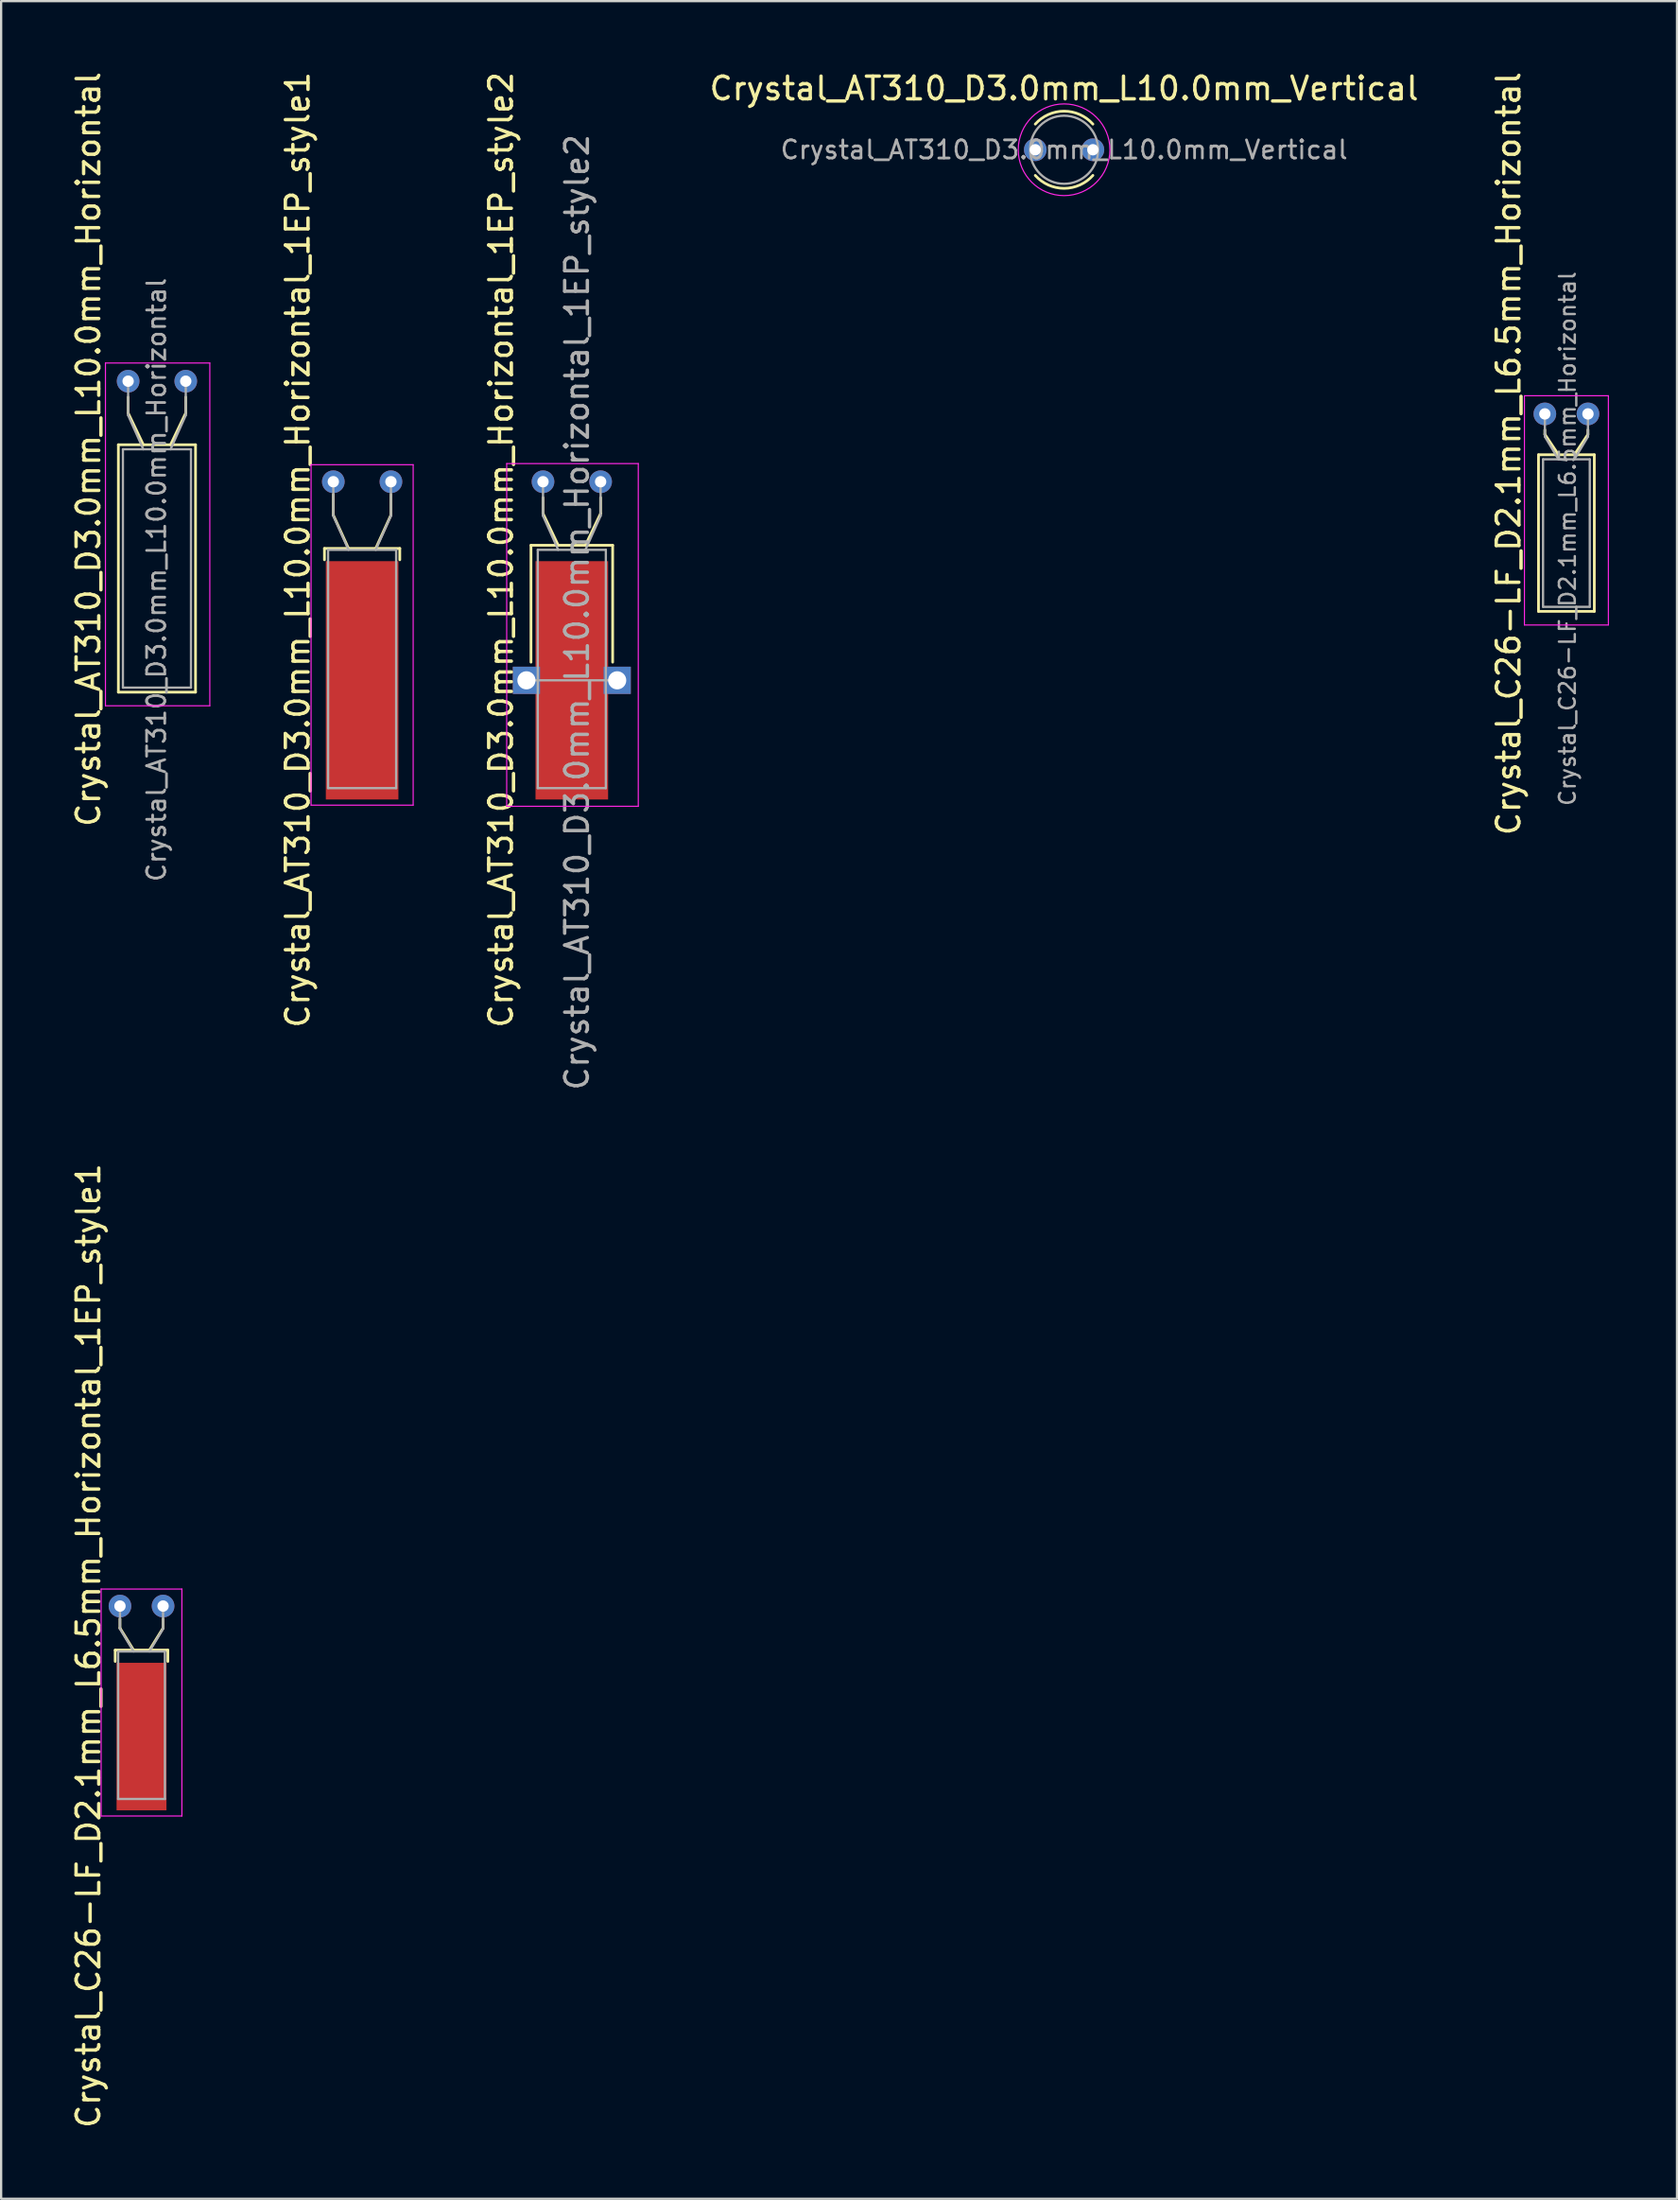
<source format=kicad_pcb>
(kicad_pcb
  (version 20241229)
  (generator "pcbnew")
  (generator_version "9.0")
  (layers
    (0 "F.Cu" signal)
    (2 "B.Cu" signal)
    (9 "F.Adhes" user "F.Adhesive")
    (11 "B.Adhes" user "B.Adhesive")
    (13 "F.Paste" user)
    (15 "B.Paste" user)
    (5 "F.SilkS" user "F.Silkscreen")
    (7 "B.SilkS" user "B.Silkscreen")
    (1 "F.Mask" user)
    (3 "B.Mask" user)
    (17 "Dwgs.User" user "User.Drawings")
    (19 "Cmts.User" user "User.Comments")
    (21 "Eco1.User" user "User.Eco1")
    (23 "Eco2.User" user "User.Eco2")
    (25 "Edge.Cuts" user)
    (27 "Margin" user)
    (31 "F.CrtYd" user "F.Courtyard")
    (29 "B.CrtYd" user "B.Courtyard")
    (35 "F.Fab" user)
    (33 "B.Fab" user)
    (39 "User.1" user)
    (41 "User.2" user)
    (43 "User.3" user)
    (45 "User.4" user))
  (footprint "Crystal_C26-LF_D2.1mm_L6.5mm_Horizontal_1EP_style1"
    (layer "F.Cu")
    (at 2.238 67.708)
    (property "Reference" "Crystal_C26-LF_D2.1mm_L6.5mm_Horizontal_1EP_style1" (at -1.39 1.75 90) (layer "F.SilkS") (effects (font (size 1 1) (thickness 0.15))))
    (attr through_hole)
    (fp_line (start -0.21 1.94) (end 2.11 1.94) (stroke (width 0.12) (type solid)) (layer "F.SilkS"))
    (fp_line (start -0.21 2.44) (end -0.21 1.94) (stroke (width 0.12) (type solid)) (layer "F.SilkS"))
    (fp_line (start 0 0.97) (end 0 0.56) (stroke (width 0.12) (type solid)) (layer "F.SilkS"))
    (fp_line (start 0.6 1.94) (end 0 0.97) (stroke (width 0.12) (type solid)) (layer "F.SilkS"))
    (fp_line (start 1.3 1.94) (end 1.9 0.97) (stroke (width 0.12) (type solid)) (layer "F.SilkS"))
    (fp_line (start 1.9 0.97) (end 1.9 0.56) (stroke (width 0.12) (type solid)) (layer "F.SilkS"))
    (fp_line (start 2.11 1.94) (end 2.11 2.44) (stroke (width 0.12) (type solid)) (layer "F.SilkS"))
    (fp_line (start -0.83 -0.75) (end -0.83 9.25) (stroke (width 0.05) (type solid)) (layer "F.CrtYd"))
    (fp_line (start -0.83 9.25) (end 2.73 9.25) (stroke (width 0.05) (type solid)) (layer "F.CrtYd"))
    (fp_line (start 2.73 -0.75) (end -0.83 -0.75) (stroke (width 0.05) (type solid)) (layer "F.CrtYd"))
    (fp_line (start 2.73 9.25) (end 2.73 -0.75) (stroke (width 0.05) (type solid)) (layer "F.CrtYd"))
    (fp_line (start -0.08 2) (end -0.08 8.5) (stroke (width 0.1) (type solid)) (layer "F.Fab"))
    (fp_line (start -0.08 8.5) (end 1.98 8.5) (stroke (width 0.1) (type solid)) (layer "F.Fab"))
    (fp_line (start 0 1) (end 0 0) (stroke (width 0.1) (type solid)) (layer "F.Fab"))
    (fp_line (start 0.6 2) (end 0 1) (stroke (width 0.1) (type solid)) (layer "F.Fab"))
    (fp_line (start 1.3 2) (end 1.9 1) (stroke (width 0.1) (type solid)) (layer "F.Fab"))
    (fp_line (start 1.9 1) (end 1.9 0) (stroke (width 0.1) (type solid)) (layer "F.Fab"))
    (fp_line (start 1.98 2) (end -0.08 2) (stroke (width 0.1) (type solid)) (layer "F.Fab"))
    (fp_line (start 1.98 8.5) (end 1.98 2) (stroke (width 0.1) (type solid)) (layer "F.Fab"))
    (pad "1" thru_hole circle (at 0 0) (size 1 1) (drill 0.5) (layers "*.Cu" "*.Mask"))
    (pad "2" thru_hole circle (at 1.9 0) (size 1 1) (drill 0.5) (layers "*.Cu" "*.Mask"))
    (pad "3" smd rect (at 0.95 5.75) (size 2.2 6.5) (layers "F.Cu" "F.Mask")))
  (footprint "Crystal_AT310_D3.0mm_L10.0mm_Horizontal_1EP_style1"
    (layer "F.Cu")
    (at 11.642 18.173)
    (property "Reference" "Crystal_AT310_D3.0mm_L10.0mm_Horizontal_1EP_style1" (at -1.57 3 90) (layer "F.SilkS") (effects (font (size 1 1) (thickness 0.15))))
    (attr through_hole)
    (fp_line (start -0.39 2.94) (end 2.93 2.94) (stroke (width 0.12) (type solid)) (layer "F.SilkS"))
    (fp_line (start -0.39 3.44) (end -0.39 2.94) (stroke (width 0.12) (type solid)) (layer "F.SilkS"))
    (fp_line (start 0 1.47) (end 0 0.56) (stroke (width 0.12) (type solid)) (layer "F.SilkS"))
    (fp_line (start 0.67 2.94) (end 0 1.47) (stroke (width 0.12) (type solid)) (layer "F.SilkS"))
    (fp_line (start 1.87 2.94) (end 2.54 1.47) (stroke (width 0.12) (type solid)) (layer "F.SilkS"))
    (fp_line (start 2.54 1.47) (end 2.54 0.56) (stroke (width 0.12) (type solid)) (layer "F.SilkS"))
    (fp_line (start 2.93 2.94) (end 2.93 3.44) (stroke (width 0.12) (type solid)) (layer "F.SilkS"))
    (fp_line (start -0.98 -0.75) (end -0.98 14.25) (stroke (width 0.05) (type solid)) (layer "F.CrtYd"))
    (fp_line (start -0.98 14.25) (end 3.52 14.25) (stroke (width 0.05) (type solid)) (layer "F.CrtYd"))
    (fp_line (start 3.52 -0.75) (end -0.98 -0.75) (stroke (width 0.05) (type solid)) (layer "F.CrtYd"))
    (fp_line (start 3.52 14.25) (end 3.52 -0.75) (stroke (width 0.05) (type solid)) (layer "F.CrtYd"))
    (fp_line (start -0.23 3) (end -0.23 13.5) (stroke (width 0.1) (type solid)) (layer "F.Fab"))
    (fp_line (start -0.23 13.5) (end 2.77 13.5) (stroke (width 0.1) (type solid)) (layer "F.Fab"))
    (fp_line (start 0 1.5) (end 0 0) (stroke (width 0.1) (type solid)) (layer "F.Fab"))
    (fp_line (start 0.67 3) (end 0 1.5) (stroke (width 0.1) (type solid)) (layer "F.Fab"))
    (fp_line (start 1.87 3) (end 2.54 1.5) (stroke (width 0.1) (type solid)) (layer "F.Fab"))
    (fp_line (start 2.54 1.5) (end 2.54 0) (stroke (width 0.1) (type solid)) (layer "F.Fab"))
    (fp_line (start 2.77 3) (end -0.23 3) (stroke (width 0.1) (type solid)) (layer "F.Fab"))
    (fp_line (start 2.77 13.5) (end 2.77 3) (stroke (width 0.1) (type solid)) (layer "F.Fab"))
    (pad "1" thru_hole circle (at 0 0) (size 1 1) (drill 0.5) (layers "*.Cu" "*.Mask"))
    (pad "2" thru_hole circle (at 2.54 0) (size 1 1) (drill 0.5) (layers "*.Cu" "*.Mask"))
    (pad "3" smd rect (at 1.27 8.75) (size 3.2 10.5) (layers "F.Cu" "F.Mask")))
  (footprint "Crystal_AT310_D3.0mm_L10.0mm_Vertical"
    (layer "F.Cu")
    (at 42.584 3.548)
    (property "Reference" "Crystal_AT310_D3.0mm_L10.0mm_Vertical" (at 1.27 -2.7 0) (layer "F.SilkS") (effects (font (size 1 1) (thickness 0.15))))
    (attr through_hole)
    (fp_arc (start 0 -1.130088) (mid 1.270408 -1.7) (end 2.540542 -1.129479) (stroke (width 0.12) (type solid)) (layer "F.SilkS"))
    (fp_arc (start 2.540542 1.129479) (mid 1.270408 1.7) (end 0 1.130088) (stroke (width 0.12) (type solid)) (layer "F.SilkS"))
    (fp_circle (center 1.27 0) (end 3.29 0) (stroke (width 0.05) (type solid)) (fill no) (layer "F.CrtYd"))
    (fp_circle (center 1.27 0) (end 2.77 0) (stroke (width 0.1) (type solid)) (fill no) (layer "F.Fab"))
    (fp_text user "${REFERENCE}" (at 1.27 0 0) (layer "F.Fab") (effects (font (size 0.8 0.8) (thickness 0.12))))
    (pad "1" thru_hole circle (at 0 0) (size 1 1) (drill 0.5) (layers "*.Cu" "*.Mask"))
    (pad "2" thru_hole circle (at 2.54 0) (size 1 1) (drill 0.5) (layers "*.Cu" "*.Mask")))
  (footprint "Crystal_C26-LF_D2.1mm_L6.5mm_Horizontal"
    (layer "F.Cu")
    (at 65.046 15.185)
    (property "Reference" "Crystal_C26-LF_D2.1mm_L6.5mm_Horizontal" (at -1.6 1.75 90) (layer "F.SilkS") (effects (font (size 1 1) (thickness 0.15))))
    (attr through_hole)
    (fp_line (start -0.28 1.8) (end -0.28 8.7) (stroke (width 0.12) (type solid)) (layer "F.SilkS"))
    (fp_line (start -0.28 8.7) (end 2.18 8.7) (stroke (width 0.12) (type solid)) (layer "F.SilkS"))
    (fp_line (start 0 0.9) (end 0 0.7) (stroke (width 0.12) (type solid)) (layer "F.SilkS"))
    (fp_line (start 0.6 1.8) (end 0 0.9) (stroke (width 0.12) (type solid)) (layer "F.SilkS"))
    (fp_line (start 1.3 1.8) (end 1.9 0.9) (stroke (width 0.12) (type solid)) (layer "F.SilkS"))
    (fp_line (start 1.9 0.9) (end 1.9 0.7) (stroke (width 0.12) (type solid)) (layer "F.SilkS"))
    (fp_line (start 2.18 1.8) (end -0.28 1.8) (stroke (width 0.12) (type solid)) (layer "F.SilkS"))
    (fp_line (start 2.18 8.7) (end 2.18 1.8) (stroke (width 0.12) (type solid)) (layer "F.SilkS"))
    (fp_line (start -0.9 -0.8) (end -0.9 9.3) (stroke (width 0.05) (type solid)) (layer "F.CrtYd"))
    (fp_line (start -0.9 9.3) (end 2.8 9.3) (stroke (width 0.05) (type solid)) (layer "F.CrtYd"))
    (fp_line (start 2.8 -0.8) (end -0.9 -0.8) (stroke (width 0.05) (type solid)) (layer "F.CrtYd"))
    (fp_line (start 2.8 9.3) (end 2.8 -0.8) (stroke (width 0.05) (type solid)) (layer "F.CrtYd"))
    (fp_line (start -0.08 2) (end -0.08 8.5) (stroke (width 0.1) (type solid)) (layer "F.Fab"))
    (fp_line (start -0.08 8.5) (end 1.98 8.5) (stroke (width 0.1) (type solid)) (layer "F.Fab"))
    (fp_line (start 0 1) (end 0 0) (stroke (width 0.1) (type solid)) (layer "F.Fab"))
    (fp_line (start 0.6 2) (end 0 1) (stroke (width 0.1) (type solid)) (layer "F.Fab"))
    (fp_line (start 1.3 2) (end 1.9 1) (stroke (width 0.1) (type solid)) (layer "F.Fab"))
    (fp_line (start 1.9 1) (end 1.9 0) (stroke (width 0.1) (type solid)) (layer "F.Fab"))
    (fp_line (start 1.98 2) (end -0.08 2) (stroke (width 0.1) (type solid)) (layer "F.Fab"))
    (fp_line (start 1.98 8.5) (end 1.98 2) (stroke (width 0.1) (type solid)) (layer "F.Fab"))
    (fp_text user "${REFERENCE}" (at 1 5.5 90) (layer "F.Fab") (effects (font (size 0.7 0.7) (thickness 0.105))))
    (pad "1" thru_hole circle (at 0 0) (size 1 1) (drill 0.5) (layers "*.Cu" "*.Mask"))
    (pad "2" thru_hole circle (at 1.9 0) (size 1 1) (drill 0.5) (layers "*.Cu" "*.Mask")))
  (footprint "Crystal_AT310_D3.0mm_L10.0mm_Horizontal_1EP_style2"
    (layer "F.Cu")
    (at 20.885 18.173)
    (property "Reference" "Crystal_AT310_D3.0mm_L10.0mm_Horizontal_1EP_style2" (at -1.85 3 90) (layer "F.SilkS") (effects (font (size 1 1) (thickness 0.15))))
    (attr through_hole)
    (fp_line (start -0.53 2.8) (end 3.07 2.8) (stroke (width 0.12) (type solid)) (layer "F.SilkS"))
    (fp_line (start -0.53 7.95) (end -0.53 2.8) (stroke (width 0.12) (type solid)) (layer "F.SilkS"))
    (fp_line (start 0 1.4) (end 0 0.7) (stroke (width 0.12) (type solid)) (layer "F.SilkS"))
    (fp_line (start 0.67 2.8) (end 0 1.4) (stroke (width 0.12) (type solid)) (layer "F.SilkS"))
    (fp_line (start 1.87 2.8) (end 2.54 1.4) (stroke (width 0.12) (type solid)) (layer "F.SilkS"))
    (fp_line (start 2.54 1.4) (end 2.54 0.7) (stroke (width 0.12) (type solid)) (layer "F.SilkS"))
    (fp_line (start 3.07 2.8) (end 3.07 7.95) (stroke (width 0.12) (type solid)) (layer "F.SilkS"))
    (fp_line (start -1.6 -0.8) (end -1.6 14.3) (stroke (width 0.05) (type solid)) (layer "F.CrtYd"))
    (fp_line (start -1.6 14.3) (end 4.2 14.3) (stroke (width 0.05) (type solid)) (layer "F.CrtYd"))
    (fp_line (start 4.2 -0.8) (end -1.6 -0.8) (stroke (width 0.05) (type solid)) (layer "F.CrtYd"))
    (fp_line (start 4.2 14.3) (end 4.2 -0.8) (stroke (width 0.05) (type solid)) (layer "F.CrtYd"))
    (fp_line (start -0.73 8.75) (end 3.27 8.75) (stroke (width 0.1) (type solid)) (layer "F.Fab"))
    (fp_line (start -0.23 3) (end -0.23 13.5) (stroke (width 0.1) (type solid)) (layer "F.Fab"))
    (fp_line (start -0.23 13.5) (end 2.77 13.5) (stroke (width 0.1) (type solid)) (layer "F.Fab"))
    (fp_line (start 0 1.5) (end 0 0) (stroke (width 0.1) (type solid)) (layer "F.Fab"))
    (fp_line (start 0.67 3) (end 0 1.5) (stroke (width 0.1) (type solid)) (layer "F.Fab"))
    (fp_line (start 1.87 3) (end 2.54 1.5) (stroke (width 0.1) (type solid)) (layer "F.Fab"))
    (fp_line (start 2.54 1.5) (end 2.54 0) (stroke (width 0.1) (type solid)) (layer "F.Fab"))
    (fp_line (start 2.77 3) (end -0.23 3) (stroke (width 0.1) (type solid)) (layer "F.Fab"))
    (fp_line (start 2.77 13.5) (end 2.77 3) (stroke (width 0.1) (type solid)) (layer "F.Fab"))
    (fp_text user "${REFERENCE}" (at 1.5 5.75 90) (layer "F.Fab") (effects (font (size 1 1) (thickness 0.15))))
    (pad "1" thru_hole circle (at 0 0) (size 1 1) (drill 0.5) (layers "*.Cu" "*.Mask"))
    (pad "2" thru_hole circle (at 2.54 0) (size 1 1) (drill 0.5) (layers "*.Cu" "*.Mask"))
    (pad "3" thru_hole rect (at -0.73 8.75) (size 1.2 1.2) (drill 0.8) (layers "*.Cu" "*.Mask"))
    (pad "3" smd rect (at 1.27 8.75) (size 3.2 10.5) (layers "F.Cu" "F.Mask" "F.Paste"))
    (pad "3" thru_hole rect (at 3.27 8.75) (size 1.2 1.2) (drill 0.8) (layers "*.Cu" "*.Mask")))
  (footprint "Crystal_AT310_D3.0mm_L10.0mm_Horizontal"
    (layer "F.Cu")
    (at 2.598 13.744)
    (property "Reference" "Crystal_AT310_D3.0mm_L10.0mm_Horizontal" (at -1.75 3 90) (layer "F.SilkS") (effects (font (size 1 1) (thickness 0.15))))
    (attr through_hole)
    (fp_line (start -0.43 2.8) (end -0.43 13.7) (stroke (width 0.12) (type solid)) (layer "F.SilkS"))
    (fp_line (start -0.43 13.7) (end 2.97 13.7) (stroke (width 0.12) (type solid)) (layer "F.SilkS"))
    (fp_line (start 0 1.4) (end 0 0.7) (stroke (width 0.12) (type solid)) (layer "F.SilkS"))
    (fp_line (start 0.67 2.8) (end 0 1.4) (stroke (width 0.12) (type solid)) (layer "F.SilkS"))
    (fp_line (start 1.87 2.8) (end 2.54 1.4) (stroke (width 0.12) (type solid)) (layer "F.SilkS"))
    (fp_line (start 2.54 1.4) (end 2.54 0.7) (stroke (width 0.12) (type solid)) (layer "F.SilkS"))
    (fp_line (start 2.97 2.8) (end -0.43 2.8) (stroke (width 0.12) (type solid)) (layer "F.SilkS"))
    (fp_line (start 2.97 13.7) (end 2.97 2.8) (stroke (width 0.12) (type solid)) (layer "F.SilkS"))
    (fp_line (start -1 -0.8) (end -1 14.3) (stroke (width 0.05) (type solid)) (layer "F.CrtYd"))
    (fp_line (start -1 14.3) (end 3.6 14.3) (stroke (width 0.05) (type solid)) (layer "F.CrtYd"))
    (fp_line (start 3.6 -0.8) (end -1 -0.8) (stroke (width 0.05) (type solid)) (layer "F.CrtYd"))
    (fp_line (start 3.6 14.3) (end 3.6 -0.8) (stroke (width 0.05) (type solid)) (layer "F.CrtYd"))
    (fp_line (start -0.23 3) (end -0.23 13.5) (stroke (width 0.1) (type solid)) (layer "F.Fab"))
    (fp_line (start -0.23 13.5) (end 2.77 13.5) (stroke (width 0.1) (type solid)) (layer "F.Fab"))
    (fp_line (start 0 1.5) (end 0 0) (stroke (width 0.1) (type solid)) (layer "F.Fab"))
    (fp_line (start 0.67 3) (end 0 1.5) (stroke (width 0.1) (type solid)) (layer "F.Fab"))
    (fp_line (start 1.87 3) (end 2.54 1.5) (stroke (width 0.1) (type solid)) (layer "F.Fab"))
    (fp_line (start 2.54 1.5) (end 2.54 0) (stroke (width 0.1) (type solid)) (layer "F.Fab"))
    (fp_line (start 2.77 3) (end -0.23 3) (stroke (width 0.1) (type solid)) (layer "F.Fab"))
    (fp_line (start 2.77 13.5) (end 2.77 3) (stroke (width 0.1) (type solid)) (layer "F.Fab"))
    (fp_text user "${REFERENCE}" (at 1.25 8.75 90) (layer "F.Fab") (effects (font (size 0.8 0.8) (thickness 0.12))))
    (pad "1" thru_hole circle (at 0 0) (size 1 1) (drill 0.5) (layers "*.Cu" "*.Mask"))
    (pad "2" thru_hole circle (at 2.54 0) (size 1 1) (drill 0.5) (layers "*.Cu" "*.Mask")))
  (gr_rect
    (start -3 -3)
    (end 70.871 93.821)
    (stroke (width 0.1) (type default))
    (fill no)
    (layer "Edge.Cuts")))
</source>
